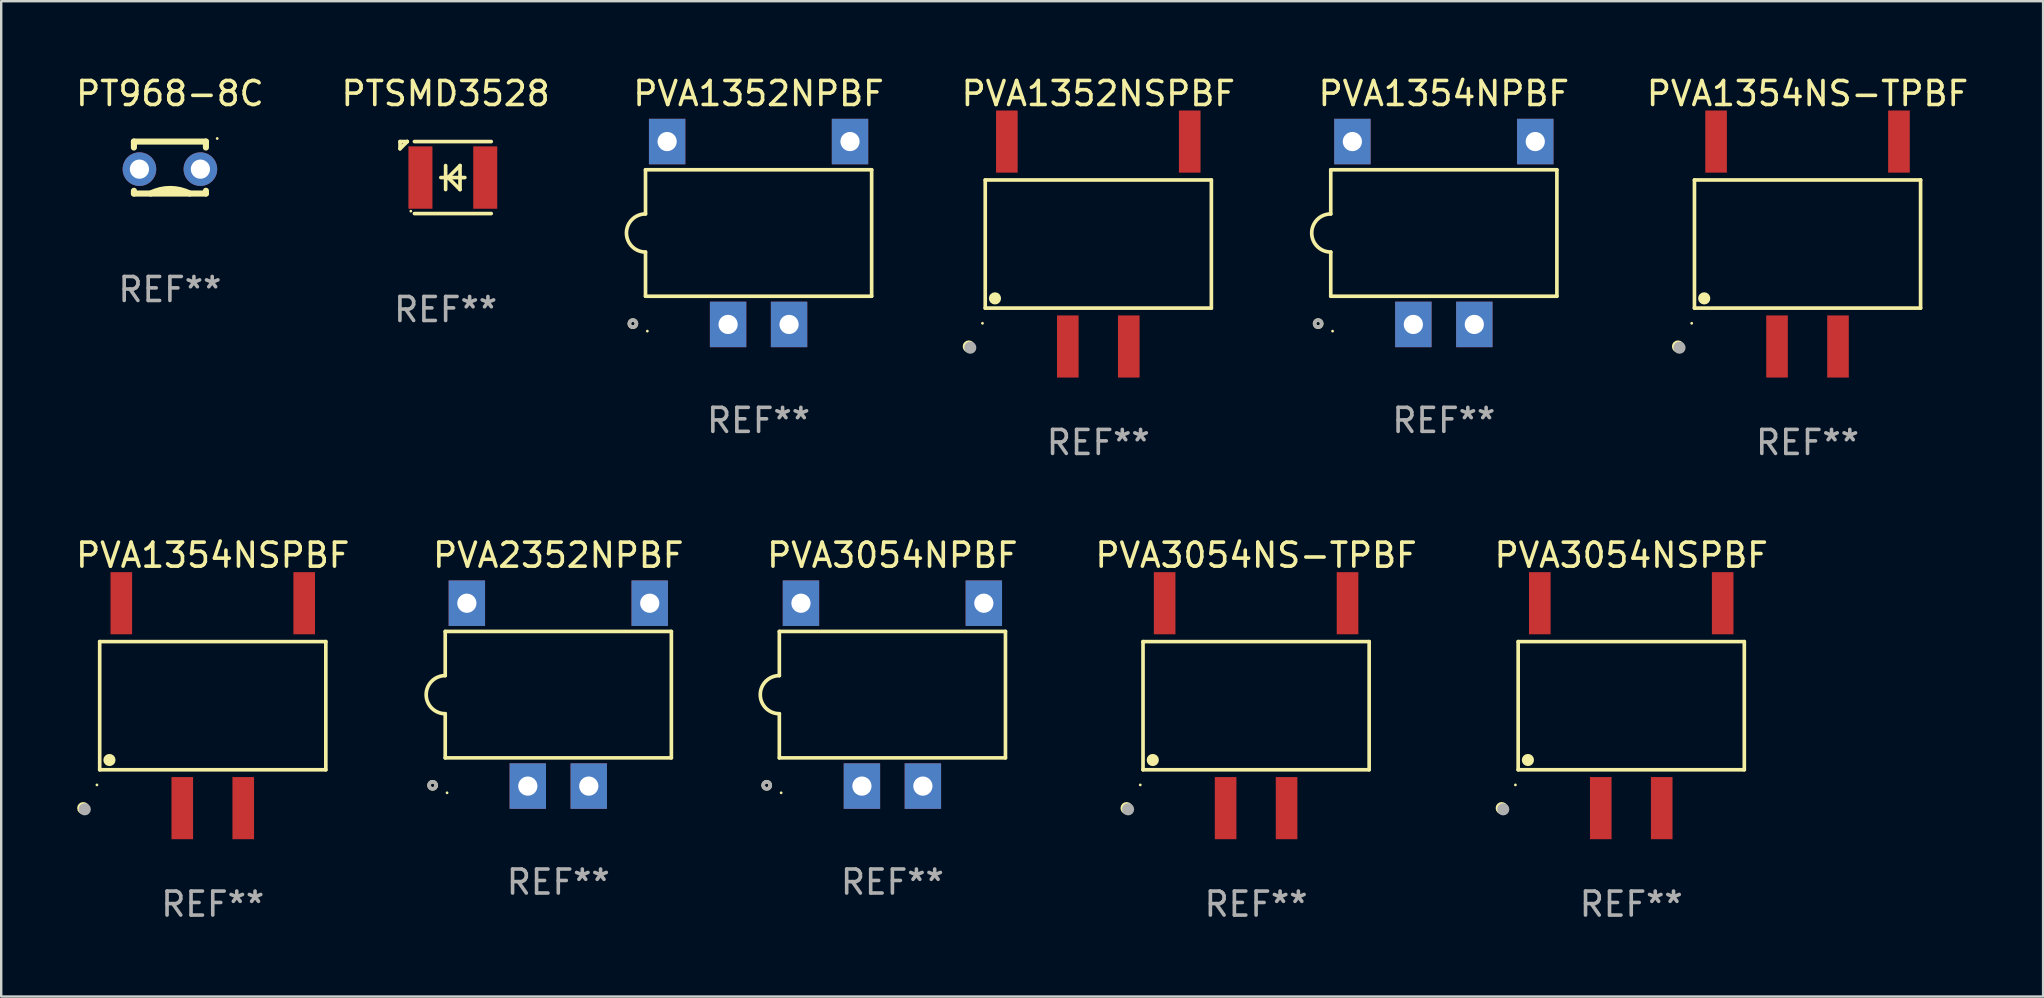
<source format=kicad_pcb>
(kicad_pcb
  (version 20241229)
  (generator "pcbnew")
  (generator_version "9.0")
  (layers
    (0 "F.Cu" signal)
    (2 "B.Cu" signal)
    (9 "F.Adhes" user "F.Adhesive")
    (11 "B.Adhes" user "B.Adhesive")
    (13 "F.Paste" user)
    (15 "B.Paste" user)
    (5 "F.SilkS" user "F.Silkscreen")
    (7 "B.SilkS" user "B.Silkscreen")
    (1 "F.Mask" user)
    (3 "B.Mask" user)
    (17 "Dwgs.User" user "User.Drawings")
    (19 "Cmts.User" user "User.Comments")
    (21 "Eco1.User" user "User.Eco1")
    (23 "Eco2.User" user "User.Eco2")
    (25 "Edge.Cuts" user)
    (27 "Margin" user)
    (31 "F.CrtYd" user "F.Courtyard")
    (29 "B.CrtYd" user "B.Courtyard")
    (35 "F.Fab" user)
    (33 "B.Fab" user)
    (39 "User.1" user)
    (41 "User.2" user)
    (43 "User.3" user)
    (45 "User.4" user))
  (footprint "PTSMD3528"
    (layer "F.Cu")
    (at 15.518 4.348)
    (property "Reference" "PTSMD3528" (at 0 -3.5 0) (layer "F.SilkS") (effects (font (size 1 1) (thickness 0.15))))
    (attr through_hole)
    (fp_line (start -1.9 -1.5) (end -1.9 -1.2) (stroke (width 0.152) (type solid)) (layer "F.SilkS"))
    (fp_line (start -1.689 -1.411) (end -1.9 -1.2) (stroke (width 0.152) (type solid)) (layer "F.SilkS"))
    (fp_line (start -1.6 -1.5) (end -1.661 -1.439) (stroke (width 0.152) (type solid)) (layer "F.SilkS"))
    (fp_line (start -1.6 -1.5) (end -1.9 -1.5) (stroke (width 0.152) (type solid)) (layer "F.SilkS"))
    (fp_line (start -1.6 -1.5) (end -1.6 -1.5) (stroke (width 0.152) (type solid)) (layer "F.SilkS"))
    (fp_line (start -1.3 -1.5) (end 1.9 -1.5) (stroke (width 0.152) (type solid)) (layer "F.SilkS"))
    (fp_line (start -1.3 1.5) (end 1.9 1.5) (stroke (width 0.152) (type solid)) (layer "F.SilkS"))
    (fp_line (start -0.2 0) (end 0.062 0) (stroke (width 0.152) (type solid)) (layer "F.SilkS"))
    (fp_line (start 0 -0.5) (end 0 0.5) (stroke (width 0.152) (type solid)) (layer "F.SilkS"))
    (fp_line (start 0.062 0) (end 0.1 0) (stroke (width 0.152) (type solid)) (layer "F.SilkS"))
    (fp_line (start 0.1 0) (end 0.6 -0.5) (stroke (width 0.152) (type solid)) (layer "F.SilkS"))
    (fp_line (start 0.101 0) (end 0.065 0) (stroke (width 0.152) (type solid)) (layer "F.SilkS"))
    (fp_line (start 0.599 -0.5) (end 0.599 0.5) (stroke (width 0.152) (type solid)) (layer "F.SilkS"))
    (fp_line (start 0.599 0) (end 0.1 0) (stroke (width 0.152) (type solid)) (layer "F.SilkS"))
    (fp_line (start 0.599 0.5) (end 0.101 0) (stroke (width 0.152) (type solid)) (layer "F.SilkS"))
    (fp_line (start 0.8 0) (end 0.599 0) (stroke (width 0.152) (type solid)) (layer "F.SilkS"))
    (fp_circle (center -1.45 1.4) (end -1.42 1.4) (stroke (width 0.06) (type solid)) (fill no) (layer "F.SilkS"))
    (fp_text user "REF**" (at 0 5.5 0) (layer "F.Fab") (effects (font (size 1 1) (thickness 0.15))))
    (pad "1" smd rect (at -1.05 0) (size 1 2.6) (layers "F.Cu" "F.Mask" "F.Paste"))
    (pad "2" smd rect (at 1.65 0) (size 1 2.6) (layers "F.Cu" "F.Mask" "F.Paste")))
  (footprint "PVA1354NSPBF"
    (layer "F.Cu")
    (at 5.815 26.353)
    (property "Reference" "PVA1354NSPBF" (at 0 -6.269 0) (layer "F.SilkS") (effects (font (size 1 1) (thickness 0.15))))
    (attr through_hole)
    (fp_line (start -4.711 -2.67) (end 4.711 -2.67) (stroke (width 0.152) (type solid)) (layer "F.SilkS"))
    (fp_line (start -4.711 2.67) (end -4.711 -2.67) (stroke (width 0.152) (type solid)) (layer "F.SilkS"))
    (fp_line (start 4.711 -2.67) (end 4.711 2.67) (stroke (width 0.152) (type solid)) (layer "F.SilkS"))
    (fp_line (start 4.711 2.67) (end -4.711 2.67) (stroke (width 0.152) (type solid)) (layer "F.SilkS"))
    (fp_circle (center -5.396 4.269) (end -5.269 4.269) (stroke (width 0.254) (type solid)) (fill no) (layer "F.SilkS"))
    (fp_circle (center -4.826 3.302) (end -4.796 3.302) (stroke (width 0.06) (type solid)) (fill no) (layer "F.SilkS"))
    (fp_circle (center -4.305 2.264) (end -4.178 2.264) (stroke (width 0.254) (type solid)) (fill no) (layer "F.SilkS"))
    (fp_circle (center -5.334 4.318) (end -5.207 4.318) (stroke (width 0.254) (type solid)) (fill no) (layer "F.Fab"))
    (fp_text user "REF**" (at 0 8.269 0) (layer "F.Fab") (effects (font (size 1 1) (thickness 0.15))))
    (pad "2" smd rect (at -1.27 4.269) (size 0.9 2.589) (layers "F.Cu" "F.Mask" "F.Paste"))
    (pad "3" smd rect (at 1.27 4.269) (size 0.9 2.589) (layers "F.Cu" "F.Mask" "F.Paste"))
    (pad "5" smd rect (at 3.81 -4.269) (size 0.9 2.589) (layers "F.Cu" "F.Mask" "F.Paste"))
    (pad "8" smd rect (at -3.81 -4.269) (size 0.9 2.589) (layers "F.Cu" "F.Mask" "F.Paste")))
  (footprint "PT968-8C"
    (layer "F.Cu")
    (at 4.03 3.931)
    (property "Reference" "PT968-8C" (at 0 -3.083 0) (layer "F.SilkS") (effects (font (size 1 1) (thickness 0.15))))
    (attr through_hole)
    (fp_line (start -1.5 -1.083) (end -1.5 -0.835) (stroke (width 0.254) (type solid)) (layer "F.SilkS"))
    (fp_line (start -1.5 -1.083) (end 1.5 -1.083) (stroke (width 0.254) (type solid)) (layer "F.SilkS"))
    (fp_line (start -1.5 0.969) (end -1.5 1.083) (stroke (width 0.254) (type solid)) (layer "F.SilkS"))
    (fp_line (start -1.5 1.083) (end 1.5 1.083) (stroke (width 0.254) (type solid)) (layer "F.SilkS"))
    (fp_line (start 1.5 -1.083) (end 1.5 -0.835) (stroke (width 0.254) (type solid)) (layer "F.SilkS"))
    (fp_line (start 1.5 0.969) (end 1.5 1.083) (stroke (width 0.254) (type solid)) (layer "F.SilkS"))
    (fp_arc (start -0.802515 1.083007) (mid 0.010287 0.891176) (end 0.823088 1.083007) (stroke (width 0.254001) (type solid)) (layer "F.SilkS"))
    (fp_circle (center 1.97 -1.21) (end 2 -1.21) (stroke (width 0.06) (type solid)) (fill no) (layer "F.SilkS"))
    (fp_text user "REF**" (at 0 5.083 0) (layer "F.Fab") (effects (font (size 1 1) (thickness 0.15))))
    (pad "1" thru_hole circle (at 1.27 0.067) (size 1.4 1.4) (drill 0.8) (layers "*.Cu" "*.Mask"))
    (pad "2" thru_hole circle (at -1.27 0.067) (size 1.4 1.4) (drill 0.8) (layers "*.Cu" "*.Mask")))
  (footprint "PVA3054NS-TPBF"
    (layer "F.Cu")
    (at 49.287 26.353)
    (property "Reference" "PVA3054NS-TPBF" (at 0 -6.269 0) (layer "F.SilkS") (effects (font (size 1 1) (thickness 0.15))))
    (attr through_hole)
    (fp_line (start -4.711 -2.67) (end 4.711 -2.67) (stroke (width 0.152) (type solid)) (layer "F.SilkS"))
    (fp_line (start -4.711 2.67) (end -4.711 -2.67) (stroke (width 0.152) (type solid)) (layer "F.SilkS"))
    (fp_line (start 4.711 -2.67) (end 4.711 2.67) (stroke (width 0.152) (type solid)) (layer "F.SilkS"))
    (fp_line (start 4.711 2.67) (end -4.711 2.67) (stroke (width 0.152) (type solid)) (layer "F.SilkS"))
    (fp_circle (center -5.396 4.269) (end -5.269 4.269) (stroke (width 0.254) (type solid)) (fill no) (layer "F.SilkS"))
    (fp_circle (center -4.826 3.302) (end -4.796 3.302) (stroke (width 0.06) (type solid)) (fill no) (layer "F.SilkS"))
    (fp_circle (center -4.305 2.264) (end -4.178 2.264) (stroke (width 0.254) (type solid)) (fill no) (layer "F.SilkS"))
    (fp_circle (center -5.334 4.318) (end -5.207 4.318) (stroke (width 0.254) (type solid)) (fill no) (layer "F.Fab"))
    (fp_text user "REF**" (at 0 8.269 0) (layer "F.Fab") (effects (font (size 1 1) (thickness 0.15))))
    (pad "2" smd rect (at -1.27 4.269) (size 0.9 2.589) (layers "F.Cu" "F.Mask" "F.Paste"))
    (pad "3" smd rect (at 1.27 4.269) (size 0.9 2.589) (layers "F.Cu" "F.Mask" "F.Paste"))
    (pad "5" smd rect (at 3.81 -4.269) (size 0.9 2.589) (layers "F.Cu" "F.Mask" "F.Paste"))
    (pad "8" smd rect (at -3.81 -4.269) (size 0.9 2.589) (layers "F.Cu" "F.Mask" "F.Paste")))
  (footprint "PVA1352NPBF"
    (layer "F.Cu")
    (at 28.557 6.658)
    (property "Reference" "PVA1352NPBF" (at 0 -5.81 0) (layer "F.SilkS") (effects (font (size 1 1) (thickness 0.15))))
    (attr through_hole)
    (fp_line (start -4.711 -2.634) (end -4.711 -0.794) (stroke (width 0.152) (type solid)) (layer "F.SilkS"))
    (fp_line (start -4.711 0.794) (end -4.711 2.634) (stroke (width 0.152) (type solid)) (layer "F.SilkS"))
    (fp_line (start -4.711 2.634) (end 4.711 2.634) (stroke (width 0.152) (type solid)) (layer "F.SilkS"))
    (fp_line (start 4.711 -2.634) (end -4.711 -2.634) (stroke (width 0.152) (type solid)) (layer "F.SilkS"))
    (fp_line (start 4.711 2.634) (end 4.711 -2.634) (stroke (width 0.152) (type solid)) (layer "F.SilkS"))
    (fp_arc (start -4.711199 0.793749) (mid -5.504948 0) (end -4.711199 -0.793749) (stroke (width 0.1524) (type solid)) (layer "F.SilkS"))
    (fp_circle (center -5.237 3.777) (end -5.163 3.777) (stroke (width 0.15) (type solid)) (fill no) (layer "F.SilkS"))
    (fp_circle (center -4.635 4.089) (end -4.605 4.089) (stroke (width 0.06) (type solid)) (fill no) (layer "F.SilkS"))
    (fp_circle (center -5.237 3.777) (end -5.163 3.777) (stroke (width 0.15) (type solid)) (fill no) (layer "F.Fab"))
    (fp_text user "REF**" (at 0 7.81 0) (layer "F.Fab") (effects (font (size 1 1) (thickness 0.15))))
    (pad "2" thru_hole rect (at -1.27 3.81) (size 1.516 1.895) (drill 0.8) (layers "*.Cu" "*.Mask"))
    (pad "3" thru_hole rect (at 1.27 3.81) (size 1.516 1.895) (drill 0.8) (layers "*.Cu" "*.Mask"))
    (pad "5" thru_hole rect (at 3.81 -3.81) (size 1.516 1.895) (drill 0.8) (layers "*.Cu" "*.Mask"))
    (pad "8" thru_hole rect (at -3.81 -3.81) (size 1.516 1.895) (drill 0.8) (layers "*.Cu" "*.Mask")))
  (footprint "PVA1352NSPBF"
    (layer "F.Cu")
    (at 42.712 7.118)
    (property "Reference" "PVA1352NSPBF" (at 0 -6.269 0) (layer "F.SilkS") (effects (font (size 1 1) (thickness 0.15))))
    (attr through_hole)
    (fp_line (start -4.711 -2.67) (end 4.711 -2.67) (stroke (width 0.152) (type solid)) (layer "F.SilkS"))
    (fp_line (start -4.711 2.67) (end -4.711 -2.67) (stroke (width 0.152) (type solid)) (layer "F.SilkS"))
    (fp_line (start 4.711 -2.67) (end 4.711 2.67) (stroke (width 0.152) (type solid)) (layer "F.SilkS"))
    (fp_line (start 4.711 2.67) (end -4.711 2.67) (stroke (width 0.152) (type solid)) (layer "F.SilkS"))
    (fp_circle (center -5.396 4.269) (end -5.269 4.269) (stroke (width 0.254) (type solid)) (fill no) (layer "F.SilkS"))
    (fp_circle (center -4.826 3.302) (end -4.796 3.302) (stroke (width 0.06) (type solid)) (fill no) (layer "F.SilkS"))
    (fp_circle (center -4.305 2.264) (end -4.178 2.264) (stroke (width 0.254) (type solid)) (fill no) (layer "F.SilkS"))
    (fp_circle (center -5.334 4.318) (end -5.207 4.318) (stroke (width 0.254) (type solid)) (fill no) (layer "F.Fab"))
    (fp_text user "REF**" (at 0 8.269 0) (layer "F.Fab") (effects (font (size 1 1) (thickness 0.15))))
    (pad "2" smd rect (at -1.27 4.269) (size 0.9 2.589) (layers "F.Cu" "F.Mask" "F.Paste"))
    (pad "3" smd rect (at 1.27 4.269) (size 0.9 2.589) (layers "F.Cu" "F.Mask" "F.Paste"))
    (pad "5" smd rect (at 3.81 -4.269) (size 0.9 2.589) (layers "F.Cu" "F.Mask" "F.Paste"))
    (pad "8" smd rect (at -3.81 -4.269) (size 0.9 2.589) (layers "F.Cu" "F.Mask" "F.Paste")))
  (footprint "PVA1354NPBF"
    (layer "F.Cu")
    (at 57.109 6.658)
    (property "Reference" "PVA1354NPBF" (at 0 -5.81 0) (layer "F.SilkS") (effects (font (size 1 1) (thickness 0.15))))
    (attr through_hole)
    (fp_line (start -4.711 -2.634) (end -4.711 -0.794) (stroke (width 0.152) (type solid)) (layer "F.SilkS"))
    (fp_line (start -4.711 0.794) (end -4.711 2.634) (stroke (width 0.152) (type solid)) (layer "F.SilkS"))
    (fp_line (start -4.711 2.634) (end 4.711 2.634) (stroke (width 0.152) (type solid)) (layer "F.SilkS"))
    (fp_line (start 4.711 -2.634) (end -4.711 -2.634) (stroke (width 0.152) (type solid)) (layer "F.SilkS"))
    (fp_line (start 4.711 2.634) (end 4.711 -2.634) (stroke (width 0.152) (type solid)) (layer "F.SilkS"))
    (fp_arc (start -4.711199 0.793749) (mid -5.504948 0) (end -4.711199 -0.793749) (stroke (width 0.1524) (type solid)) (layer "F.SilkS"))
    (fp_circle (center -5.237 3.777) (end -5.163 3.777) (stroke (width 0.15) (type solid)) (fill no) (layer "F.SilkS"))
    (fp_circle (center -4.635 4.089) (end -4.605 4.089) (stroke (width 0.06) (type solid)) (fill no) (layer "F.SilkS"))
    (fp_circle (center -5.237 3.777) (end -5.163 3.777) (stroke (width 0.15) (type solid)) (fill no) (layer "F.Fab"))
    (fp_text user "REF**" (at 0 7.81 0) (layer "F.Fab") (effects (font (size 1 1) (thickness 0.15))))
    (pad "2" thru_hole rect (at -1.27 3.81) (size 1.516 1.895) (drill 0.8) (layers "*.Cu" "*.Mask"))
    (pad "3" thru_hole rect (at 1.27 3.81) (size 1.516 1.895) (drill 0.8) (layers "*.Cu" "*.Mask"))
    (pad "5" thru_hole rect (at 3.81 -3.81) (size 1.516 1.895) (drill 0.8) (layers "*.Cu" "*.Mask"))
    (pad "8" thru_hole rect (at -3.81 -3.81) (size 1.516 1.895) (drill 0.8) (layers "*.Cu" "*.Mask")))
  (footprint "PVA2352NPBF"
    (layer "F.Cu")
    (at 20.212 25.894)
    (property "Reference" "PVA2352NPBF" (at 0 -5.81 0) (layer "F.SilkS") (effects (font (size 1 1) (thickness 0.15))))
    (attr through_hole)
    (fp_line (start -4.711 -2.634) (end -4.711 -0.794) (stroke (width 0.152) (type solid)) (layer "F.SilkS"))
    (fp_line (start -4.711 0.794) (end -4.711 2.634) (stroke (width 0.152) (type solid)) (layer "F.SilkS"))
    (fp_line (start -4.711 2.634) (end 4.711 2.634) (stroke (width 0.152) (type solid)) (layer "F.SilkS"))
    (fp_line (start 4.711 -2.634) (end -4.711 -2.634) (stroke (width 0.152) (type solid)) (layer "F.SilkS"))
    (fp_line (start 4.711 2.634) (end 4.711 -2.634) (stroke (width 0.152) (type solid)) (layer "F.SilkS"))
    (fp_arc (start -4.711199 0.793749) (mid -5.504948 0) (end -4.711199 -0.793749) (stroke (width 0.1524) (type solid)) (layer "F.SilkS"))
    (fp_circle (center -5.237 3.777) (end -5.163 3.777) (stroke (width 0.15) (type solid)) (fill no) (layer "F.SilkS"))
    (fp_circle (center -4.635 4.089) (end -4.605 4.089) (stroke (width 0.06) (type solid)) (fill no) (layer "F.SilkS"))
    (fp_circle (center -5.237 3.777) (end -5.163 3.777) (stroke (width 0.15) (type solid)) (fill no) (layer "F.Fab"))
    (fp_text user "REF**" (at 0 7.81 0) (layer "F.Fab") (effects (font (size 1 1) (thickness 0.15))))
    (pad "2" thru_hole rect (at -1.27 3.81) (size 1.516 1.895) (drill 0.8) (layers "*.Cu" "*.Mask"))
    (pad "3" thru_hole rect (at 1.27 3.81) (size 1.516 1.895) (drill 0.8) (layers "*.Cu" "*.Mask"))
    (pad "5" thru_hole rect (at 3.81 -3.81) (size 1.516 1.895) (drill 0.8) (layers "*.Cu" "*.Mask"))
    (pad "8" thru_hole rect (at -3.81 -3.81) (size 1.516 1.895) (drill 0.8) (layers "*.Cu" "*.Mask")))
  (footprint "PVA3054NPBF"
    (layer "F.Cu")
    (at 34.133 25.894)
    (property "Reference" "PVA3054NPBF" (at 0 -5.81 0) (layer "F.SilkS") (effects (font (size 1 1) (thickness 0.15))))
    (attr through_hole)
    (fp_line (start -4.711 -2.634) (end -4.711 -0.794) (stroke (width 0.152) (type solid)) (layer "F.SilkS"))
    (fp_line (start -4.711 0.794) (end -4.711 2.634) (stroke (width 0.152) (type solid)) (layer "F.SilkS"))
    (fp_line (start -4.711 2.634) (end 4.711 2.634) (stroke (width 0.152) (type solid)) (layer "F.SilkS"))
    (fp_line (start 4.711 -2.634) (end -4.711 -2.634) (stroke (width 0.152) (type solid)) (layer "F.SilkS"))
    (fp_line (start 4.711 2.634) (end 4.711 -2.634) (stroke (width 0.152) (type solid)) (layer "F.SilkS"))
    (fp_arc (start -4.711199 0.793749) (mid -5.504948 0) (end -4.711199 -0.793749) (stroke (width 0.1524) (type solid)) (layer "F.SilkS"))
    (fp_circle (center -5.237 3.777) (end -5.163 3.777) (stroke (width 0.15) (type solid)) (fill no) (layer "F.SilkS"))
    (fp_circle (center -4.635 4.089) (end -4.605 4.089) (stroke (width 0.06) (type solid)) (fill no) (layer "F.SilkS"))
    (fp_circle (center -5.237 3.777) (end -5.163 3.777) (stroke (width 0.15) (type solid)) (fill no) (layer "F.Fab"))
    (fp_text user "REF**" (at 0 7.81 0) (layer "F.Fab") (effects (font (size 1 1) (thickness 0.15))))
    (pad "2" thru_hole rect (at -1.27 3.81) (size 1.516 1.895) (drill 0.8) (layers "*.Cu" "*.Mask"))
    (pad "3" thru_hole rect (at 1.27 3.81) (size 1.516 1.895) (drill 0.8) (layers "*.Cu" "*.Mask"))
    (pad "5" thru_hole rect (at 3.81 -3.81) (size 1.516 1.895) (drill 0.8) (layers "*.Cu" "*.Mask"))
    (pad "8" thru_hole rect (at -3.81 -3.81) (size 1.516 1.895) (drill 0.8) (layers "*.Cu" "*.Mask")))
  (footprint "PVA1354NS-TPBF"
    (layer "F.Cu")
    (at 72.263 7.118)
    (property "Reference" "PVA1354NS-TPBF" (at 0 -6.269 0) (layer "F.SilkS") (effects (font (size 1 1) (thickness 0.15))))
    (attr through_hole)
    (fp_line (start -4.711 -2.67) (end 4.711 -2.67) (stroke (width 0.152) (type solid)) (layer "F.SilkS"))
    (fp_line (start -4.711 2.67) (end -4.711 -2.67) (stroke (width 0.152) (type solid)) (layer "F.SilkS"))
    (fp_line (start 4.711 -2.67) (end 4.711 2.67) (stroke (width 0.152) (type solid)) (layer "F.SilkS"))
    (fp_line (start 4.711 2.67) (end -4.711 2.67) (stroke (width 0.152) (type solid)) (layer "F.SilkS"))
    (fp_circle (center -5.396 4.269) (end -5.269 4.269) (stroke (width 0.254) (type solid)) (fill no) (layer "F.SilkS"))
    (fp_circle (center -4.826 3.302) (end -4.796 3.302) (stroke (width 0.06) (type solid)) (fill no) (layer "F.SilkS"))
    (fp_circle (center -4.305 2.264) (end -4.178 2.264) (stroke (width 0.254) (type solid)) (fill no) (layer "F.SilkS"))
    (fp_circle (center -5.334 4.318) (end -5.207 4.318) (stroke (width 0.254) (type solid)) (fill no) (layer "F.Fab"))
    (fp_text user "REF**" (at 0 8.269 0) (layer "F.Fab") (effects (font (size 1 1) (thickness 0.15))))
    (pad "2" smd rect (at -1.27 4.269) (size 0.9 2.589) (layers "F.Cu" "F.Mask" "F.Paste"))
    (pad "3" smd rect (at 1.27 4.269) (size 0.9 2.589) (layers "F.Cu" "F.Mask" "F.Paste"))
    (pad "5" smd rect (at 3.81 -4.269) (size 0.9 2.589) (layers "F.Cu" "F.Mask" "F.Paste"))
    (pad "8" smd rect (at -3.81 -4.269) (size 0.9 2.589) (layers "F.Cu" "F.Mask" "F.Paste")))
  (footprint "PVA3054NSPBF"
    (layer "F.Cu")
    (at 64.918 26.353)
    (property "Reference" "PVA3054NSPBF" (at 0 -6.269 0) (layer "F.SilkS") (effects (font (size 1 1) (thickness 0.15))))
    (attr through_hole)
    (fp_line (start -4.711 -2.67) (end 4.711 -2.67) (stroke (width 0.152) (type solid)) (layer "F.SilkS"))
    (fp_line (start -4.711 2.67) (end -4.711 -2.67) (stroke (width 0.152) (type solid)) (layer "F.SilkS"))
    (fp_line (start 4.711 -2.67) (end 4.711 2.67) (stroke (width 0.152) (type solid)) (layer "F.SilkS"))
    (fp_line (start 4.711 2.67) (end -4.711 2.67) (stroke (width 0.152) (type solid)) (layer "F.SilkS"))
    (fp_circle (center -5.396 4.269) (end -5.269 4.269) (stroke (width 0.254) (type solid)) (fill no) (layer "F.SilkS"))
    (fp_circle (center -4.826 3.302) (end -4.796 3.302) (stroke (width 0.06) (type solid)) (fill no) (layer "F.SilkS"))
    (fp_circle (center -4.305 2.264) (end -4.178 2.264) (stroke (width 0.254) (type solid)) (fill no) (layer "F.SilkS"))
    (fp_circle (center -5.334 4.318) (end -5.207 4.318) (stroke (width 0.254) (type solid)) (fill no) (layer "F.Fab"))
    (fp_text user "REF**" (at 0 8.269 0) (layer "F.Fab") (effects (font (size 1 1) (thickness 0.15))))
    (pad "2" smd rect (at -1.27 4.269) (size 0.9 2.589) (layers "F.Cu" "F.Mask" "F.Paste"))
    (pad "3" smd rect (at 1.27 4.269) (size 0.9 2.589) (layers "F.Cu" "F.Mask" "F.Paste"))
    (pad "5" smd rect (at 3.81 -4.269) (size 0.9 2.589) (layers "F.Cu" "F.Mask" "F.Paste"))
    (pad "8" smd rect (at -3.81 -4.269) (size 0.9 2.589) (layers "F.Cu" "F.Mask" "F.Paste")))
  (gr_rect
    (start -3 -3)
    (end 82.079 38.471)
    (stroke (width 0.1) (type default))
    (fill no)
    (layer "Edge.Cuts")))
</source>
